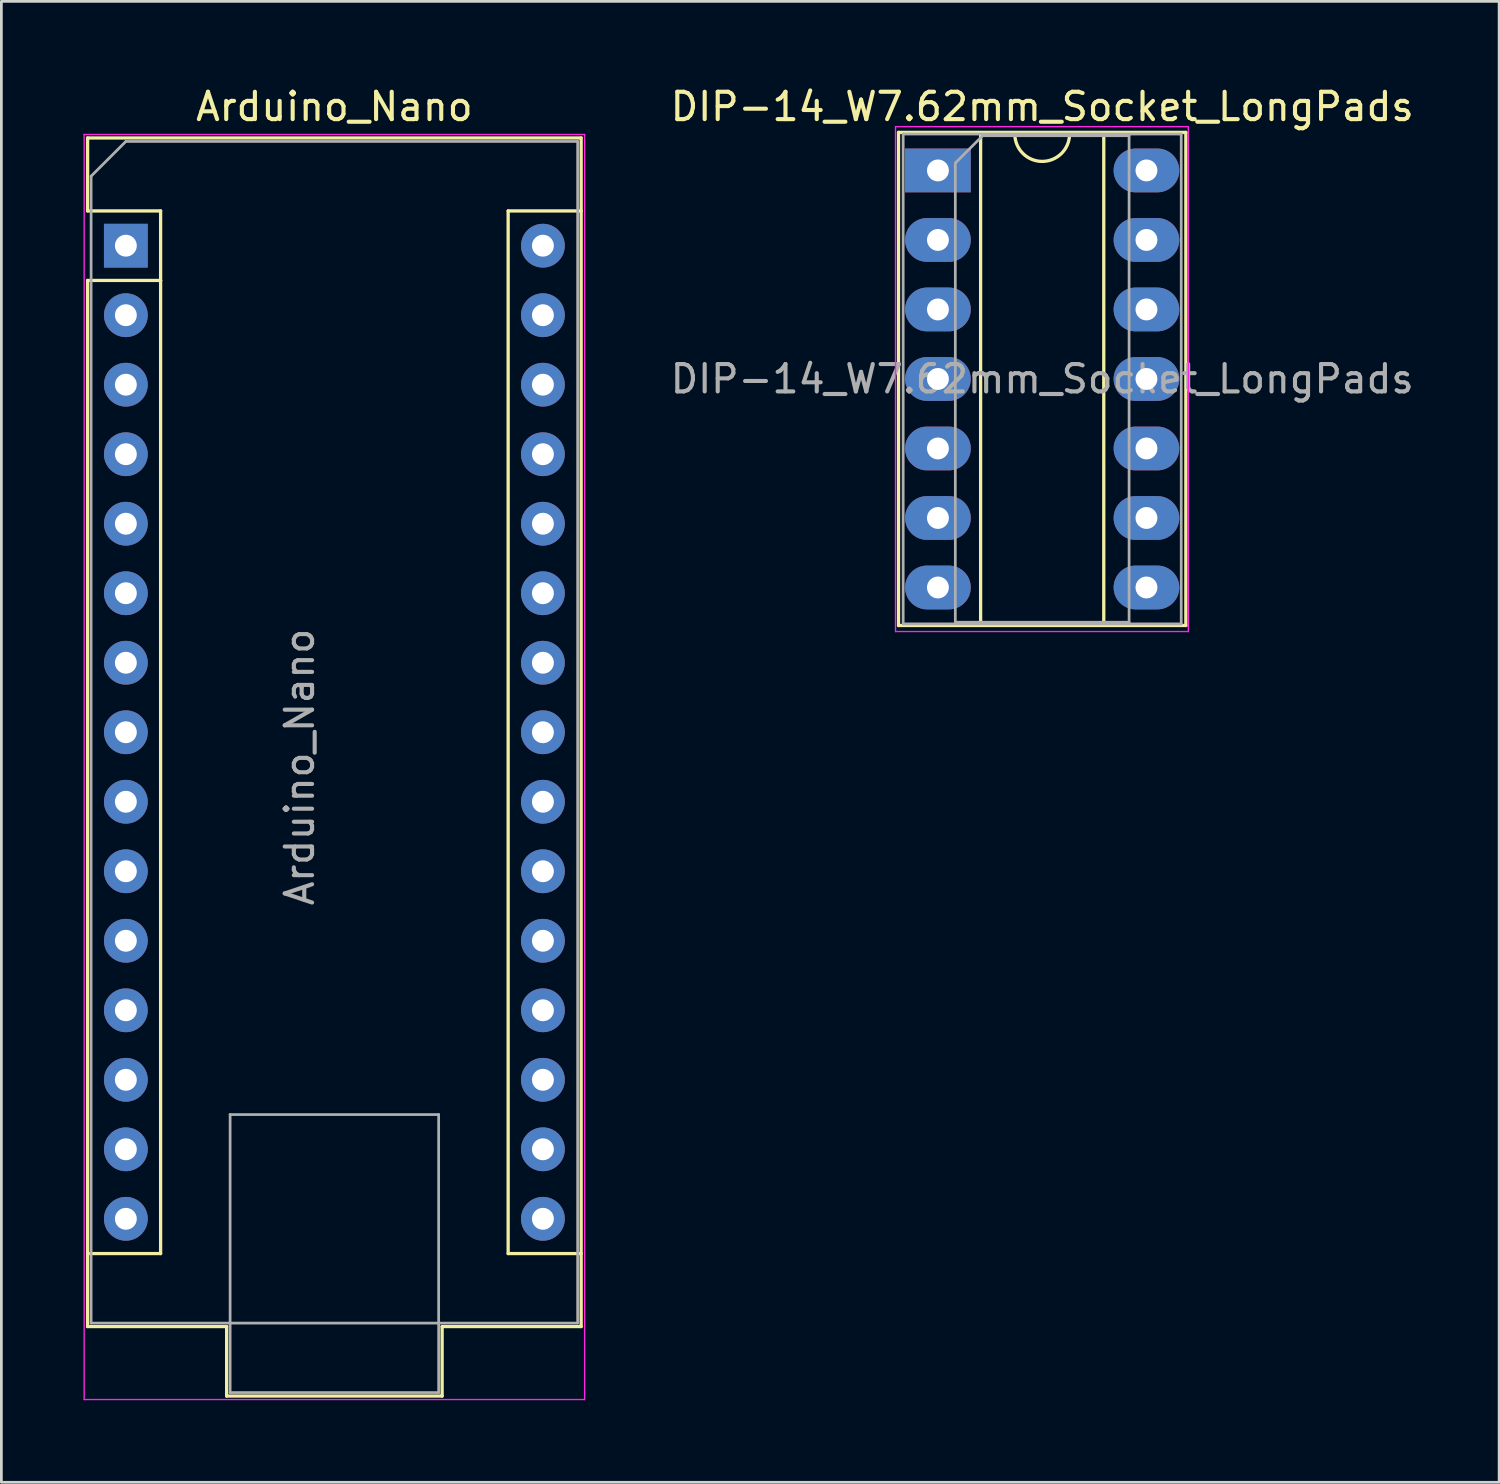
<source format=kicad_pcb>
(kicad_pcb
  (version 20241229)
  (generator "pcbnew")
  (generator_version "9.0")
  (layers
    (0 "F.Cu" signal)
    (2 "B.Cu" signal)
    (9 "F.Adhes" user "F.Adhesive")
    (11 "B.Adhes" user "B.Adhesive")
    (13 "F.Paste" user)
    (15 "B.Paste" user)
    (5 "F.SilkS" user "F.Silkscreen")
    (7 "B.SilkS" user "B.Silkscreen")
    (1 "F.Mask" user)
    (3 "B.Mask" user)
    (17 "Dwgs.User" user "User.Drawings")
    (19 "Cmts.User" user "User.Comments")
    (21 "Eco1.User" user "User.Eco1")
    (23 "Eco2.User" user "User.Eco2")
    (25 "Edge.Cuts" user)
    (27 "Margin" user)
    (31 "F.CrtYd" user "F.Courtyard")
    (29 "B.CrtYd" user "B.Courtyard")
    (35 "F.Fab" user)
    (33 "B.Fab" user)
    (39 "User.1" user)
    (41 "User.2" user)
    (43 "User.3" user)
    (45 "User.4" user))
  (footprint "Arduino_Nano"
    (layer "F.Cu")
    (at 1.549 5.928)
    (property "Reference" "Arduino_Nano" (at 7.62 -5.08 0) (layer "F.SilkS") (effects (font (size 1 1) (thickness 0.15))))
    (attr through_hole)
    (fp_line (start -1.397 -3.937) (end -1.397 -1.27) (stroke (width 0.12) (type solid)) (layer "F.SilkS"))
    (fp_line (start -1.397 1.27) (end -1.397 39.497) (stroke (width 0.12) (type solid)) (layer "F.SilkS"))
    (fp_line (start -1.397 39.497) (end 3.683 39.497) (stroke (width 0.12) (type solid)) (layer "F.SilkS"))
    (fp_line (start 1.27 -1.27) (end -1.397 -1.27) (stroke (width 0.12) (type solid)) (layer "F.SilkS"))
    (fp_line (start 1.27 1.27) (end -1.397 1.27) (stroke (width 0.12) (type solid)) (layer "F.SilkS"))
    (fp_line (start 1.27 1.27) (end 1.27 -1.27) (stroke (width 0.12) (type solid)) (layer "F.SilkS"))
    (fp_line (start 1.27 1.27) (end 1.27 36.83) (stroke (width 0.12) (type solid)) (layer "F.SilkS"))
    (fp_line (start 1.27 36.83) (end -1.4 36.83) (stroke (width 0.12) (type solid)) (layer "F.SilkS"))
    (fp_line (start 3.683 42.037) (end 3.683 39.497) (stroke (width 0.12) (type solid)) (layer "F.SilkS"))
    (fp_line (start 3.683 42.037) (end 11.557 42.037) (stroke (width 0.12) (type solid)) (layer "F.SilkS"))
    (fp_line (start 11.557 39.497) (end 16.637 39.497) (stroke (width 0.12) (type solid)) (layer "F.SilkS"))
    (fp_line (start 11.557 42.037) (end 11.557 39.497) (stroke (width 0.12) (type solid)) (layer "F.SilkS"))
    (fp_line (start 13.97 -1.27) (end 13.97 36.83) (stroke (width 0.12) (type solid)) (layer "F.SilkS"))
    (fp_line (start 13.97 -1.27) (end 16.64 -1.27) (stroke (width 0.12) (type solid)) (layer "F.SilkS"))
    (fp_line (start 13.97 36.83) (end 16.64 36.83) (stroke (width 0.12) (type solid)) (layer "F.SilkS"))
    (fp_line (start 16.637 -3.937) (end -1.397 -3.937) (stroke (width 0.12) (type solid)) (layer "F.SilkS"))
    (fp_line (start 16.637 39.497) (end 16.637 -3.937) (stroke (width 0.12) (type solid)) (layer "F.SilkS"))
    (fp_line (start -1.524 -4.064) (end -1.524 42.164) (stroke (width 0.05) (type solid)) (layer "F.CrtYd"))
    (fp_line (start -1.524 -4.064) (end 16.764 -4.064) (stroke (width 0.05) (type solid)) (layer "F.CrtYd"))
    (fp_line (start 16.764 42.164) (end -1.524 42.164) (stroke (width 0.05) (type solid)) (layer "F.CrtYd"))
    (fp_line (start 16.764 42.164) (end 16.764 -4.064) (stroke (width 0.05) (type solid)) (layer "F.CrtYd"))
    (fp_line (start -1.27 -2.54) (end 0 -3.81) (stroke (width 0.1) (type solid)) (layer "F.Fab"))
    (fp_line (start -1.27 39.37) (end -1.27 -2.54) (stroke (width 0.1) (type solid)) (layer "F.Fab"))
    (fp_line (start 0 -3.81) (end 16.51 -3.81) (stroke (width 0.1) (type solid)) (layer "F.Fab"))
    (fp_line (start 3.81 31.75) (end 11.43 31.75) (stroke (width 0.1) (type solid)) (layer "F.Fab"))
    (fp_line (start 3.81 41.91) (end 3.81 31.75) (stroke (width 0.1) (type solid)) (layer "F.Fab"))
    (fp_line (start 11.43 31.75) (end 11.43 41.91) (stroke (width 0.1) (type solid)) (layer "F.Fab"))
    (fp_line (start 11.43 41.91) (end 3.81 41.91) (stroke (width 0.1) (type solid)) (layer "F.Fab"))
    (fp_line (start 16.51 -3.81) (end 16.51 39.37) (stroke (width 0.1) (type solid)) (layer "F.Fab"))
    (fp_line (start 16.51 39.37) (end -1.27 39.37) (stroke (width 0.1) (type solid)) (layer "F.Fab"))
    (fp_text user "${REFERENCE}" (at 6.35 19.05 90) (layer "F.Fab") (effects (font (size 1 1) (thickness 0.15))))
    (pad "1" thru_hole rect (at 0 0) (size 1.6 1.6) (drill 0.8) (layers "*.Cu" "*.Mask"))
    (pad "2" thru_hole oval (at 0 2.54) (size 1.6 1.6) (drill 0.8) (layers "*.Cu" "*.Mask"))
    (pad "3" thru_hole oval (at 0 5.08) (size 1.6 1.6) (drill 0.8) (layers "*.Cu" "*.Mask"))
    (pad "4" thru_hole oval (at 0 7.62) (size 1.6 1.6) (drill 0.8) (layers "*.Cu" "*.Mask"))
    (pad "5" thru_hole oval (at 0 10.16) (size 1.6 1.6) (drill 0.8) (layers "*.Cu" "*.Mask"))
    (pad "6" thru_hole oval (at 0 12.7) (size 1.6 1.6) (drill 0.8) (layers "*.Cu" "*.Mask"))
    (pad "7" thru_hole oval (at 0 15.24) (size 1.6 1.6) (drill 0.8) (layers "*.Cu" "*.Mask"))
    (pad "8" thru_hole oval (at 0 17.78) (size 1.6 1.6) (drill 0.8) (layers "*.Cu" "*.Mask"))
    (pad "9" thru_hole oval (at 0 20.32) (size 1.6 1.6) (drill 0.8) (layers "*.Cu" "*.Mask"))
    (pad "10" thru_hole oval (at 0 22.86) (size 1.6 1.6) (drill 0.8) (layers "*.Cu" "*.Mask"))
    (pad "11" thru_hole oval (at 0 25.4) (size 1.6 1.6) (drill 0.8) (layers "*.Cu" "*.Mask"))
    (pad "12" thru_hole oval (at 0 27.94) (size 1.6 1.6) (drill 0.8) (layers "*.Cu" "*.Mask"))
    (pad "13" thru_hole oval (at 0 30.48) (size 1.6 1.6) (drill 0.8) (layers "*.Cu" "*.Mask"))
    (pad "14" thru_hole oval (at 0 33.02) (size 1.6 1.6) (drill 0.8) (layers "*.Cu" "*.Mask"))
    (pad "15" thru_hole oval (at 0 35.56) (size 1.6 1.6) (drill 0.8) (layers "*.Cu" "*.Mask"))
    (pad "16" thru_hole oval (at 15.24 35.56) (size 1.6 1.6) (drill 0.8) (layers "*.Cu" "*.Mask"))
    (pad "17" thru_hole oval (at 15.24 33.02) (size 1.6 1.6) (drill 0.8) (layers "*.Cu" "*.Mask"))
    (pad "18" thru_hole oval (at 15.24 30.48) (size 1.6 1.6) (drill 0.8) (layers "*.Cu" "*.Mask"))
    (pad "19" thru_hole oval (at 15.24 27.94) (size 1.6 1.6) (drill 0.8) (layers "*.Cu" "*.Mask"))
    (pad "20" thru_hole oval (at 15.24 25.4) (size 1.6 1.6) (drill 0.8) (layers "*.Cu" "*.Mask"))
    (pad "21" thru_hole oval (at 15.24 22.86) (size 1.6 1.6) (drill 0.8) (layers "*.Cu" "*.Mask"))
    (pad "22" thru_hole oval (at 15.24 20.32) (size 1.6 1.6) (drill 0.8) (layers "*.Cu" "*.Mask"))
    (pad "23" thru_hole oval (at 15.24 17.78) (size 1.6 1.6) (drill 0.8) (layers "*.Cu" "*.Mask"))
    (pad "24" thru_hole oval (at 15.24 15.24) (size 1.6 1.6) (drill 0.8) (layers "*.Cu" "*.Mask"))
    (pad "25" thru_hole oval (at 15.24 12.7) (size 1.6 1.6) (drill 0.8) (layers "*.Cu" "*.Mask"))
    (pad "26" thru_hole oval (at 15.24 10.16) (size 1.6 1.6) (drill 0.8) (layers "*.Cu" "*.Mask"))
    (pad "27" thru_hole oval (at 15.24 7.62) (size 1.6 1.6) (drill 0.8) (layers "*.Cu" "*.Mask"))
    (pad "28" thru_hole oval (at 15.24 5.08) (size 1.6 1.6) (drill 0.8) (layers "*.Cu" "*.Mask"))
    (pad "29" thru_hole oval (at 15.24 2.54) (size 1.6 1.6) (drill 0.8) (layers "*.Cu" "*.Mask"))
    (pad "30" thru_hole oval (at 15.24 0) (size 1.6 1.6) (drill 0.8) (layers "*.Cu" "*.Mask")))
  (footprint "DIP-14_W7.62mm_Socket_LongPads"
    (layer "F.Cu")
    (at 31.224 3.178)
    (property "Reference" "DIP-14_W7.62mm_Socket_LongPads" (at 3.81 -2.33 180) (layer "F.SilkS") (effects (font (size 1 1) (thickness 0.15))))
    (attr through_hole)
    (fp_line (start -1.44 -1.39) (end -1.44 16.63) (stroke (width 0.12) (type solid)) (layer "F.SilkS"))
    (fp_line (start -1.44 16.63) (end 9.06 16.63) (stroke (width 0.12) (type solid)) (layer "F.SilkS"))
    (fp_line (start 1.56 -1.33) (end 1.56 16.57) (stroke (width 0.12) (type solid)) (layer "F.SilkS"))
    (fp_line (start 1.56 16.57) (end 6.06 16.57) (stroke (width 0.12) (type solid)) (layer "F.SilkS"))
    (fp_line (start 2.81 -1.33) (end 1.56 -1.33) (stroke (width 0.12) (type solid)) (layer "F.SilkS"))
    (fp_line (start 6.06 -1.33) (end 4.81 -1.33) (stroke (width 0.12) (type solid)) (layer "F.SilkS"))
    (fp_line (start 6.06 16.57) (end 6.06 -1.33) (stroke (width 0.12) (type solid)) (layer "F.SilkS"))
    (fp_line (start 9.06 -1.39) (end -1.44 -1.39) (stroke (width 0.12) (type solid)) (layer "F.SilkS"))
    (fp_line (start 9.06 16.63) (end 9.06 -1.39) (stroke (width 0.12) (type solid)) (layer "F.SilkS"))
    (fp_arc (start 4.81 -1.33) (mid 3.81 -0.33) (end 2.81 -1.33) (stroke (width 0.12) (type solid)) (layer "F.SilkS"))
    (fp_line (start -1.55 -1.6) (end -1.55 16.85) (stroke (width 0.05) (type solid)) (layer "F.CrtYd"))
    (fp_line (start -1.55 16.85) (end 9.15 16.85) (stroke (width 0.05) (type solid)) (layer "F.CrtYd"))
    (fp_line (start 9.15 -1.6) (end -1.55 -1.6) (stroke (width 0.05) (type solid)) (layer "F.CrtYd"))
    (fp_line (start 9.15 16.85) (end 9.15 -1.6) (stroke (width 0.05) (type solid)) (layer "F.CrtYd"))
    (fp_line (start -1.27 -1.33) (end -1.27 16.57) (stroke (width 0.1) (type solid)) (layer "F.Fab"))
    (fp_line (start -1.27 16.57) (end 8.89 16.57) (stroke (width 0.1) (type solid)) (layer "F.Fab"))
    (fp_line (start 0.635 -0.27) (end 1.635 -1.27) (stroke (width 0.1) (type solid)) (layer "F.Fab"))
    (fp_line (start 0.635 16.51) (end 0.635 -0.27) (stroke (width 0.1) (type solid)) (layer "F.Fab"))
    (fp_line (start 1.635 -1.27) (end 6.985 -1.27) (stroke (width 0.1) (type solid)) (layer "F.Fab"))
    (fp_line (start 6.985 -1.27) (end 6.985 16.51) (stroke (width 0.1) (type solid)) (layer "F.Fab"))
    (fp_line (start 6.985 16.51) (end 0.635 16.51) (stroke (width 0.1) (type solid)) (layer "F.Fab"))
    (fp_line (start 8.89 -1.33) (end -1.27 -1.33) (stroke (width 0.1) (type solid)) (layer "F.Fab"))
    (fp_line (start 8.89 16.57) (end 8.89 -1.33) (stroke (width 0.1) (type solid)) (layer "F.Fab"))
    (fp_text user "${REFERENCE}" (at 3.81 7.62 180) (layer "F.Fab") (effects (font (size 1 1) (thickness 0.15))))
    (pad "1" thru_hole rect (at 0 0) (size 2.4 1.6) (drill 0.8) (layers "*.Cu" "*.Mask"))
    (pad "2" thru_hole oval (at 0 2.54) (size 2.4 1.6) (drill 0.8) (layers "*.Cu" "*.Mask"))
    (pad "3" thru_hole oval (at 0 5.08) (size 2.4 1.6) (drill 0.8) (layers "*.Cu" "*.Mask"))
    (pad "4" thru_hole oval (at 0 7.62) (size 2.4 1.6) (drill 0.8) (layers "*.Cu" "*.Mask"))
    (pad "5" thru_hole oval (at 0 10.16) (size 2.4 1.6) (drill 0.8) (layers "*.Cu" "*.Mask"))
    (pad "6" thru_hole oval (at 0 12.7) (size 2.4 1.6) (drill 0.8) (layers "*.Cu" "*.Mask"))
    (pad "7" thru_hole oval (at 0 15.24) (size 2.4 1.6) (drill 0.8) (layers "*.Cu" "*.Mask"))
    (pad "8" thru_hole oval (at 7.62 15.24) (size 2.4 1.6) (drill 0.8) (layers "*.Cu" "*.Mask"))
    (pad "9" thru_hole oval (at 7.62 12.7) (size 2.4 1.6) (drill 0.8) (layers "*.Cu" "*.Mask"))
    (pad "10" thru_hole oval (at 7.62 10.16) (size 2.4 1.6) (drill 0.8) (layers "*.Cu" "*.Mask"))
    (pad "11" thru_hole oval (at 7.62 7.62) (size 2.4 1.6) (drill 0.8) (layers "*.Cu" "*.Mask"))
    (pad "12" thru_hole oval (at 7.62 5.08) (size 2.4 1.6) (drill 0.8) (layers "*.Cu" "*.Mask"))
    (pad "13" thru_hole oval (at 7.62 2.54) (size 2.4 1.6) (drill 0.8) (layers "*.Cu" "*.Mask"))
    (pad "14" thru_hole oval (at 7.62 0) (size 2.4 1.6) (drill 0.8) (layers "*.Cu" "*.Mask")))
  (gr_rect
    (start -3 -3)
    (end 51.731 51.117)
    (stroke (width 0.1) (type default))
    (fill no)
    (layer "Edge.Cuts")))
</source>
